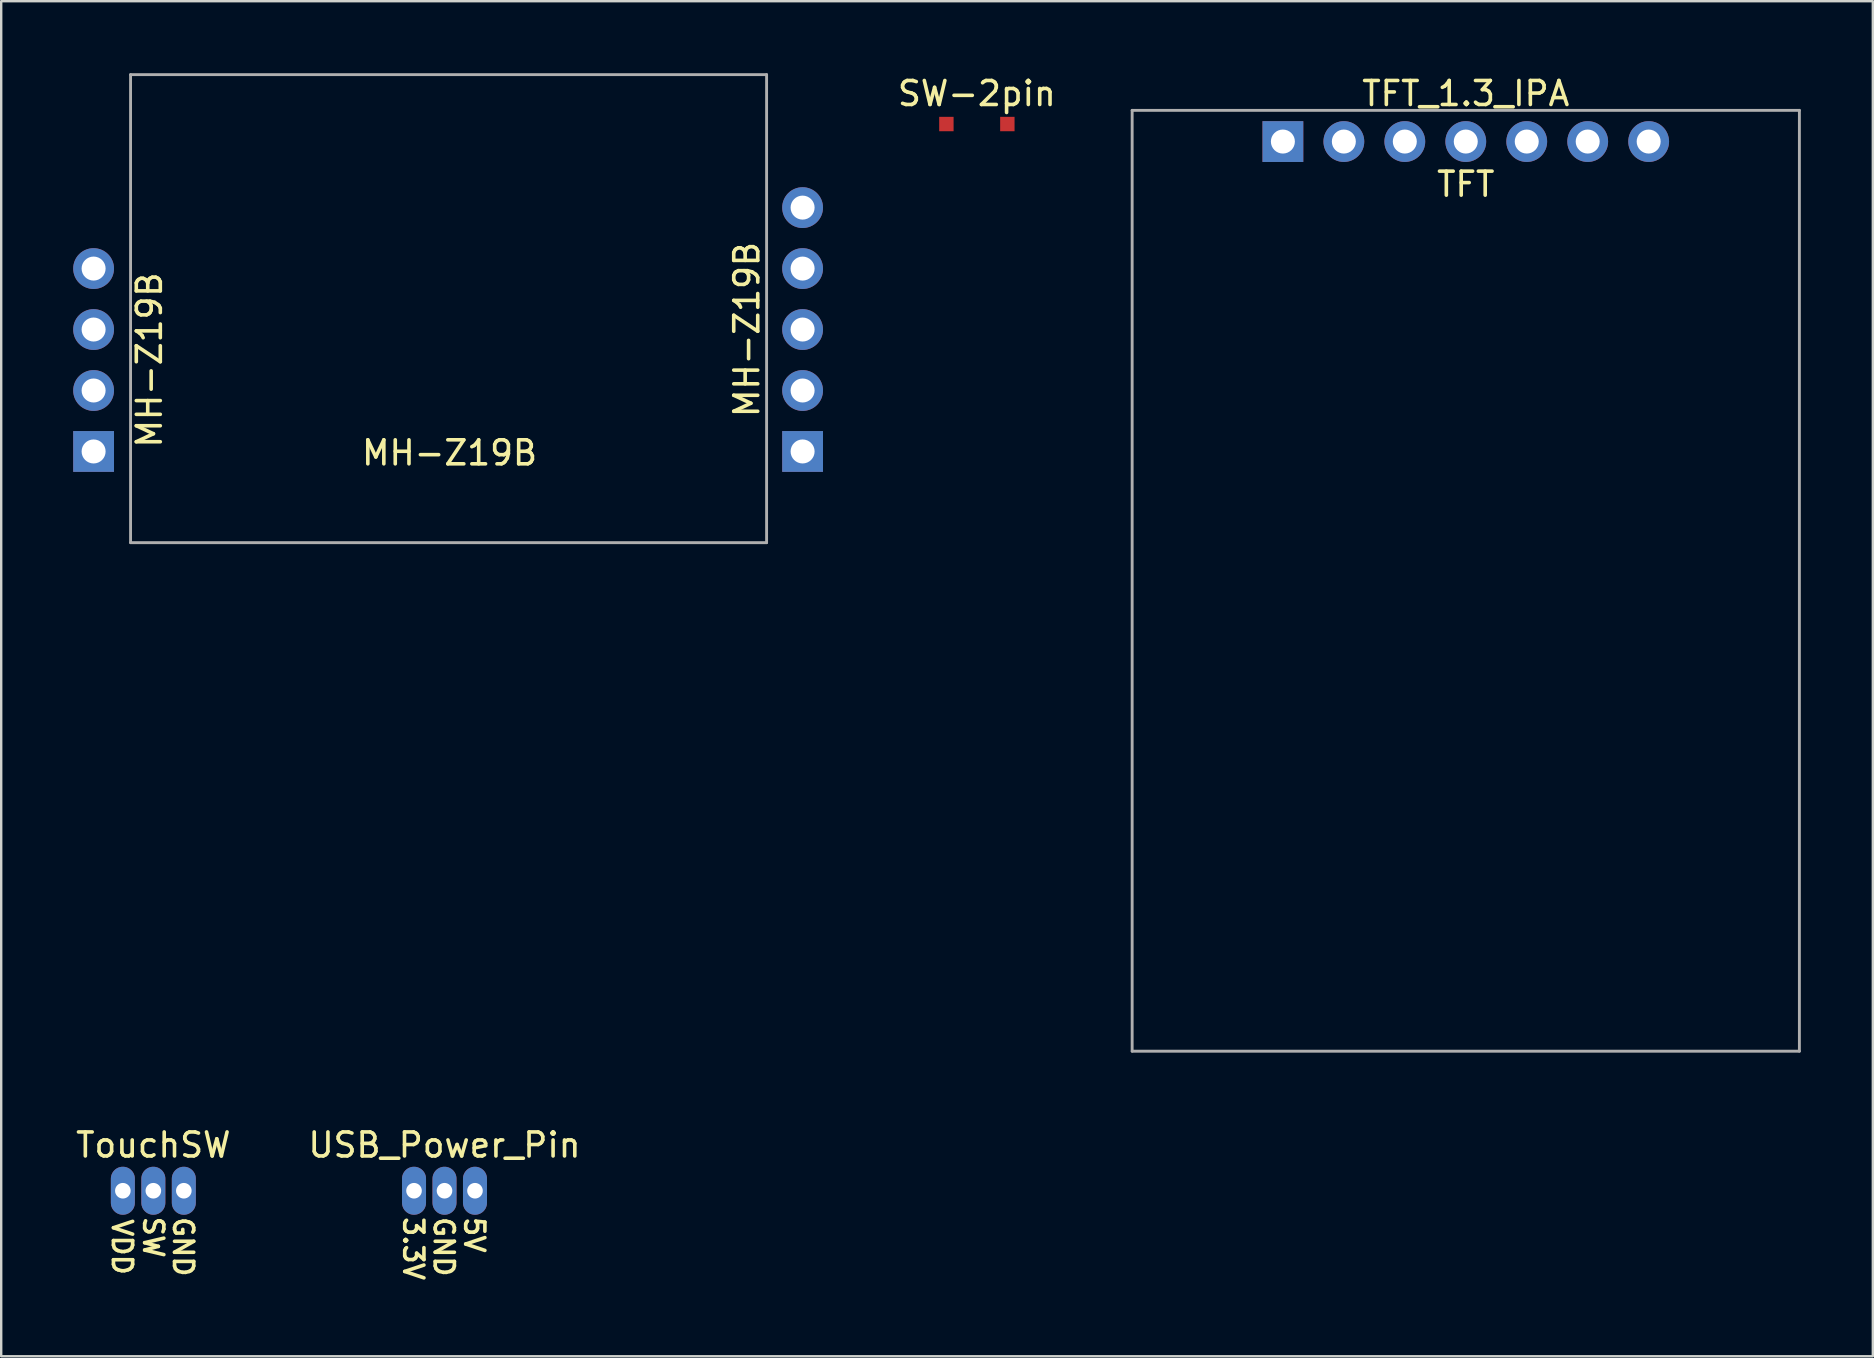
<source format=kicad_pcb>
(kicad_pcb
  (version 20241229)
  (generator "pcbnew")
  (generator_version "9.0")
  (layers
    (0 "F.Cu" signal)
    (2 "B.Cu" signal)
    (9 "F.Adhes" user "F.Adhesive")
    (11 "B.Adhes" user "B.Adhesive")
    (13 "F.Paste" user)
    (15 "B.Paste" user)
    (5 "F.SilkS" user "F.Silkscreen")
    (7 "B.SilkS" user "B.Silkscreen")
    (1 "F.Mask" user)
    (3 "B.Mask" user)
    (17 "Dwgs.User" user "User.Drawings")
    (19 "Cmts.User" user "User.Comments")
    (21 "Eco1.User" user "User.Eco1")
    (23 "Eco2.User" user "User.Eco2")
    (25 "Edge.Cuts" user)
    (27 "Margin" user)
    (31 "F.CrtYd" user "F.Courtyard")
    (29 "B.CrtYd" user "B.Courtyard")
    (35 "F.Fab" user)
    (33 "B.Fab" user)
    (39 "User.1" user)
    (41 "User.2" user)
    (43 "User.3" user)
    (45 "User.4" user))
  (footprint "MH-Z19B"
    (layer "F.Cu")
    (at 15.62 15.76)
    (property "Reference" "MH-Z19B" (at 0.06 0.06 0) (layer "F.SilkS") (effects (font (size 1 1) (thickness 0.15))))
    (attr through_hole)
    (fp_line (start -13.23 -15.7) (end -13.23 3.8) (stroke (width 0.12) (type solid)) (layer "F.Fab"))
    (fp_line (start -13.23 3.8) (end 13.27 3.8) (stroke (width 0.12) (type solid)) (layer "F.Fab"))
    (fp_line (start 13.27 -15.7) (end -13.23 -15.7) (stroke (width 0.12) (type solid)) (layer "F.Fab"))
    (fp_line (start 13.27 3.8) (end 13.27 -15.7) (stroke (width 0.12) (type solid)) (layer "F.Fab"))
    (fp_text user "MH-Z19B" (at -12.446 -3.81 90) (layer "F.SilkS") (effects (font (size 1 1) (thickness 0.15))))
    (fp_text user "MH-Z19B" (at 12.446 -5.08 270) (layer "F.SilkS") (effects (font (size 1 1) (thickness 0.15))))
    (pad "1" thru_hole rect (at -14.77 0) (size 1.7 1.7) (drill 1) (layers "*.Cu" "*.Mask"))
    (pad "2" thru_hole oval (at -14.77 -2.54) (size 1.7 1.7) (drill 1) (layers "*.Cu" "*.Mask"))
    (pad "3" thru_hole oval (at -14.77 -5.08) (size 1.7 1.7) (drill 1) (layers "*.Cu" "*.Mask"))
    (pad "4" thru_hole oval (at -14.77 -7.62) (size 1.7 1.7) (drill 1) (layers "*.Cu" "*.Mask"))
    (pad "5" thru_hole rect (at 14.77 0) (size 1.7 1.7) (drill 1) (layers "*.Cu" "*.Mask"))
    (pad "6" thru_hole oval (at 14.77 -2.54) (size 1.7 1.7) (drill 1) (layers "*.Cu" "*.Mask"))
    (pad "7" thru_hole oval (at 14.77 -5.08) (size 1.7 1.7) (drill 1) (layers "*.Cu" "*.Mask"))
    (pad "8" thru_hole oval (at 14.77 -7.62) (size 1.7 1.7) (drill 1) (layers "*.Cu" "*.Mask"))
    (pad "9" thru_hole oval (at 14.77 -10.16) (size 1.7 1.7) (drill 1) (layers "*.Cu" "*.Mask")))
  (footprint "TFT_1.3_IPA"
    (layer "F.Cu")
    (at 58.021 2.848)
    (property "Reference" "TFT_1.3_IPA" (at 0 -2 0) (layer "F.SilkS") (effects (font (size 1 1) (thickness 0.15))))
    (attr through_hole)
    (fp_line (start -13.9 -1.3) (end 13.9 -1.3) (stroke (width 0.12) (type solid)) (layer "F.Fab"))
    (fp_line (start -13.9 37.9) (end -13.9 -1.3) (stroke (width 0.12) (type solid)) (layer "F.Fab"))
    (fp_line (start 13.9 -1.3) (end 13.9 37.9) (stroke (width 0.12) (type solid)) (layer "F.Fab"))
    (fp_line (start 13.9 37.9) (end -13.9 37.9) (stroke (width 0.12) (type solid)) (layer "F.Fab"))
    (fp_text user "TFT" (at 0 1.778 0) (layer "F.SilkS") (effects (font (size 1 1) (thickness 0.15))))
    (pad "1" thru_hole rect (at -7.62 0 90) (size 1.7 1.7) (drill 1) (layers "*.Cu" "*.Mask"))
    (pad "2" thru_hole oval (at -5.08 0 90) (size 1.7 1.7) (drill 1) (layers "*.Cu" "*.Mask"))
    (pad "3" thru_hole oval (at -2.54 0 90) (size 1.7 1.7) (drill 1) (layers "*.Cu" "*.Mask"))
    (pad "4" thru_hole oval (at 0 0 90) (size 1.7 1.7) (drill 1) (layers "*.Cu" "*.Mask"))
    (pad "5" thru_hole oval (at 2.54 0 90) (size 1.7 1.7) (drill 1) (layers "*.Cu" "*.Mask"))
    (pad "6" thru_hole oval (at 5.08 0 90) (size 1.7 1.7) (drill 1) (layers "*.Cu" "*.Mask"))
    (pad "7" thru_hole oval (at 7.62 0 90) (size 1.7 1.7) (drill 1) (layers "*.Cu" "*.Mask")))
  (footprint "USB_Power_Pin"
    (layer "F.Cu")
    (at 15.47 46.562)
    (property "Reference" "USB_Power_Pin" (at 0 -1.905 0) (layer "F.SilkS") (effects (font (size 1 1) (thickness 0.15))))
    (attr through_hole)
    (fp_text user "5V" (at 1.245 1.016 270) (unlocked yes) (layer "F.SilkS") (effects (font (size 0.8 0.8) (thickness 0.15)) (justify left)))
    (fp_text user "3.3V" (at -1.295 1.016 270) (unlocked yes) (layer "F.SilkS") (effects (font (size 0.8 0.8) (thickness 0.15)) (justify left)))
    (fp_text user "GND" (at -0.025 1.016 270) (unlocked yes) (layer "F.SilkS") (effects (font (size 0.8 0.8) (thickness 0.15)) (justify left)))
    (pad "1" thru_hole oval (at -1.27 0) (size 1 2) (drill 0.65) (layers "*.Cu" "*.Mask"))
    (pad "2" thru_hole oval (at 0 0) (size 1 2) (drill 0.65) (layers "*.Cu" "*.Mask"))
    (pad "3" thru_hole oval (at 1.27 0) (size 1 2) (drill 0.65) (layers "*.Cu" "*.Mask")))
  (footprint "TouchSW"
    (layer "F.Cu")
    (at 3.339 46.562)
    (property "Reference" "TouchSW" (at 0 -1.905 0) (layer "F.SilkS") (effects (font (size 1 1) (thickness 0.15))))
    (attr through_hole)
    (fp_text user "GND" (at 1.245 1.016 270) (unlocked yes) (layer "F.SilkS") (effects (font (size 0.8 0.8) (thickness 0.15)) (justify left)))
    (fp_text user "VDD" (at -1.3 1.1 270) (unlocked yes) (layer "F.SilkS") (effects (font (size 0.8 0.8) (thickness 0.15)) (justify left)))
    (fp_text user "SW" (at 0 1 270) (unlocked yes) (layer "F.SilkS") (effects (font (size 0.8 0.8) (thickness 0.15)) (justify left)))
    (pad "1" thru_hole oval (at -1.27 0) (size 1 2) (drill 0.65) (layers "*.Cu" "*.Mask"))
    (pad "2" thru_hole oval (at 0 0) (size 1 2) (drill 0.65) (layers "*.Cu" "*.Mask"))
    (pad "3" thru_hole oval (at 1.27 0) (size 1 2) (drill 0.65) (layers "*.Cu" "*.Mask")))
  (footprint "SW-2pin"
    (layer "F.Cu")
    (at 37.651 2.118)
    (property "Reference" "SW-2pin" (at 0 -1.27 0) (layer "F.SilkS") (effects (font (size 1 1) (thickness 0.15))))
    (attr through_hole)
    (pad "1" smd rect (at -1.27 0) (size 0.6 0.6) (layers "F.Cu" "F.Mask" "F.Paste"))
    (pad "2" smd rect (at 1.27 0) (size 0.6 0.6) (layers "F.Cu" "F.Mask" "F.Paste")))
  (gr_rect
    (start -3 -3)
    (end 74.981 53.458)
    (stroke (width 0.1) (type default))
    (fill no)
    (layer "Edge.Cuts")))
</source>
